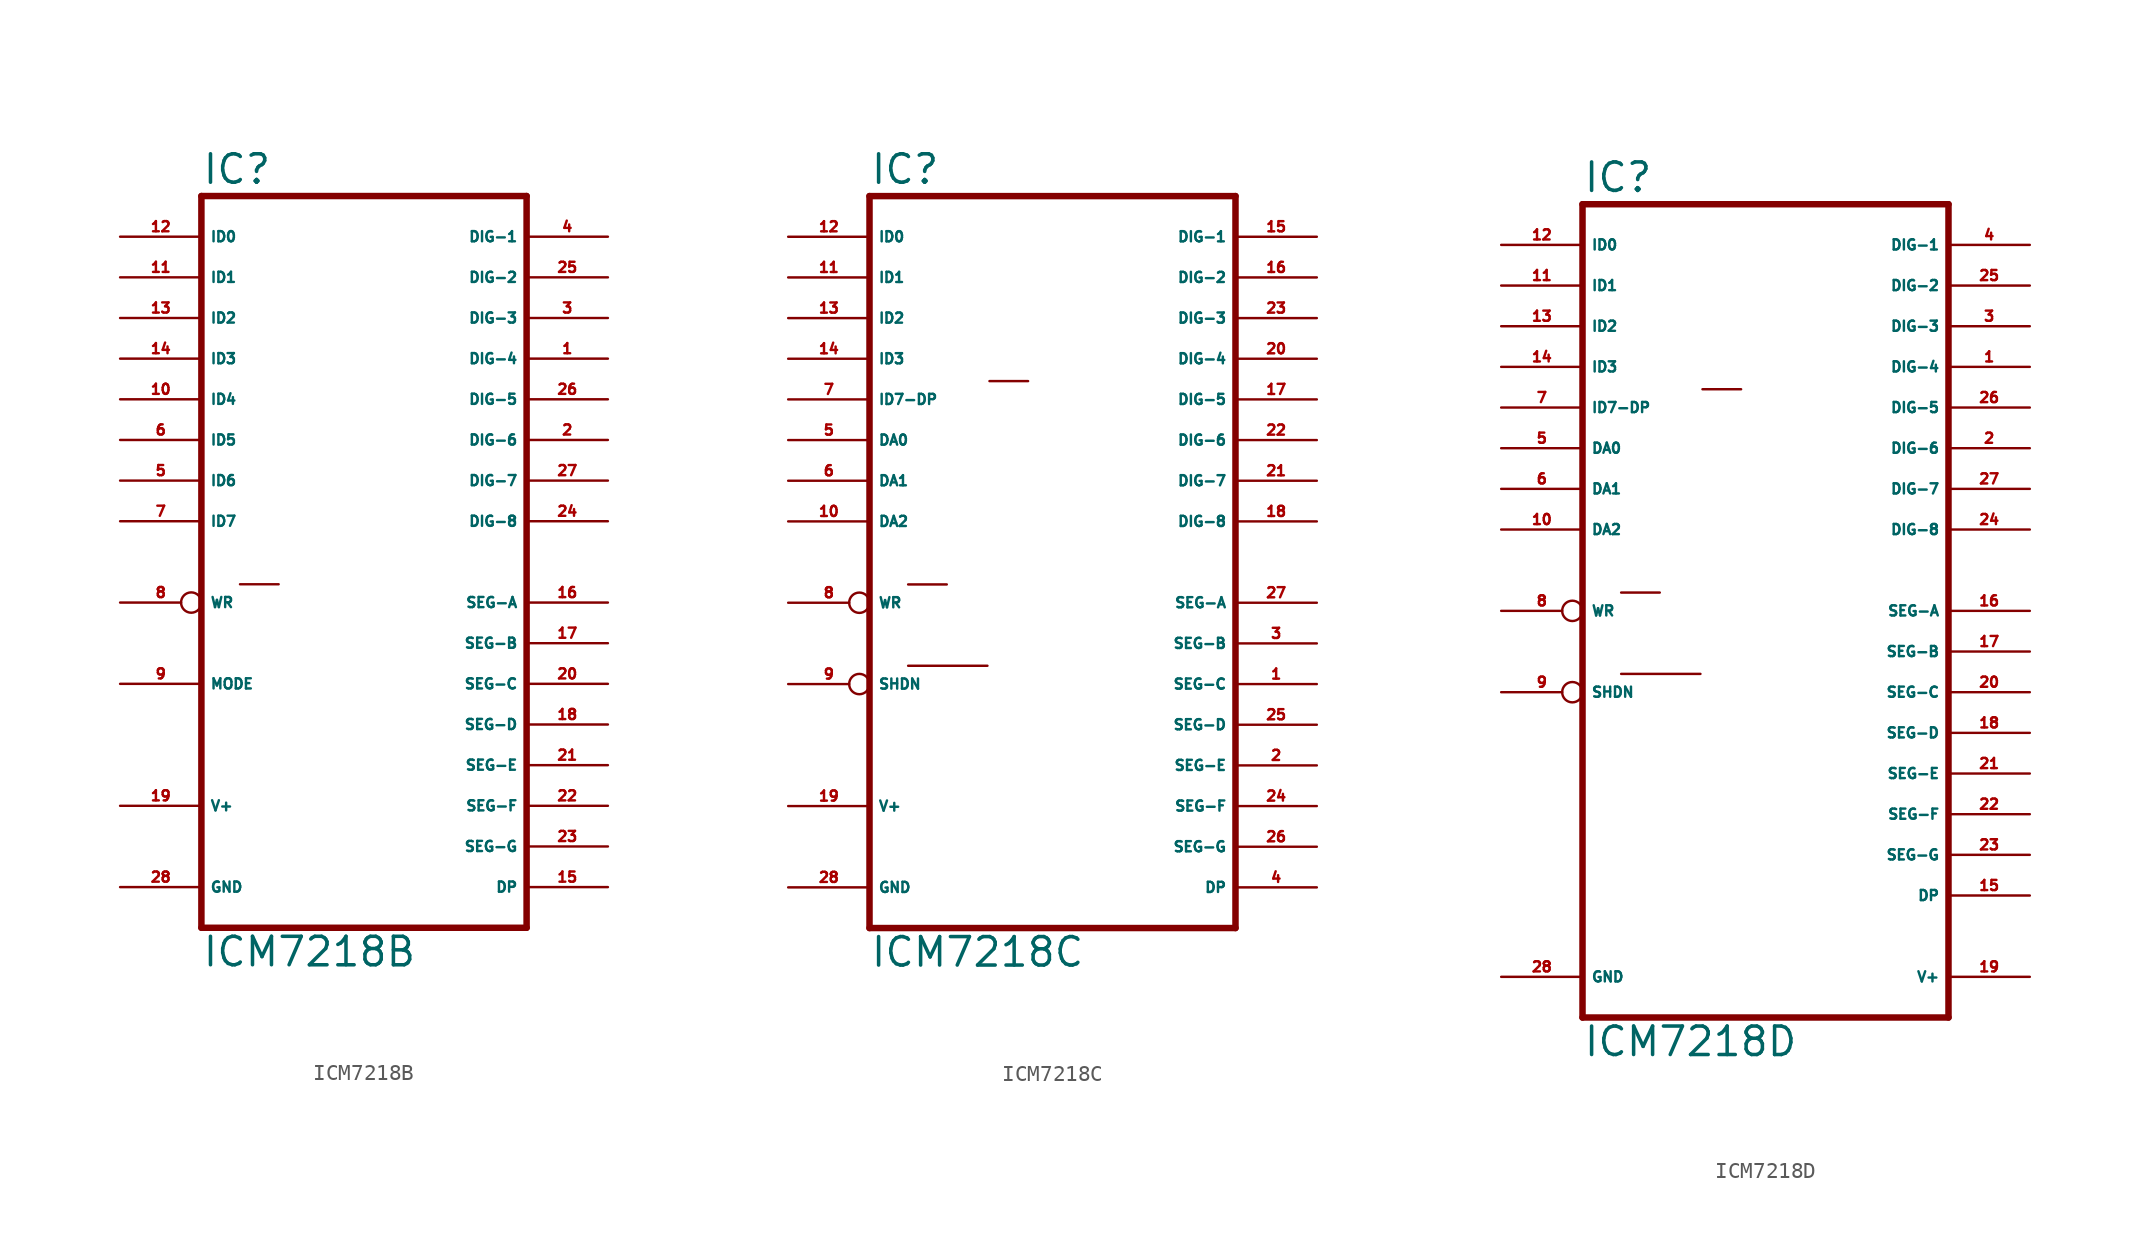
<source format=kicad_sym>
(kicad_symbol_lib
  (version 20220914)
  (generator Eagle2Kicad)
  (symbol "ICM7218B"
    (property "Reference" "IC"
      (at -10.16 23.495 0)
      (effects (font (size 1.778 1.778) (thickness 0.22)) (justify left bottom)))
    (property "Value" "ICM7218B"
      (at -10.16 -25.4 0)
      (effects (font (size 1.778 1.778) (thickness 0.22)) (justify left bottom)))
    (polyline
      (pts (xy 10.16 -22.86) (xy -10.16 -22.86))
      (stroke (width 0.406) (type default))
      (fill (type none)))
    (polyline
      (pts (xy -10.16 22.86) (xy -10.16 -22.86))
      (stroke (width 0.406) (type default))
      (fill (type none)))
    (polyline
      (pts (xy -10.16 22.86) (xy 10.16 22.86))
      (stroke (width 0.406) (type default))
      (fill (type none)))
    (polyline
      (pts (xy 10.16 -22.86) (xy 10.16 22.86))
      (stroke (width 0.406) (type default))
      (fill (type none)))
    (polyline
      (pts (xy -7.747 -1.397) (xy -5.334 -1.397))
      (stroke (width 0.152) (type default))
      (fill (type none)))
    (pin output line
      (at 15.24 20.32 180)
      (length 5.08)
      (name "DIG-1" (effects (font (size 0.635 0.635) (thickness 0.08)) (justify left bottom)))
      (number "4" (effects (font (size 0.635 0.635) (thickness 0.08)) (justify left bottom))))
    (pin output line
      (at 15.24 17.78 180)
      (length 5.08)
      (name "DIG-2" (effects (font (size 0.635 0.635) (thickness 0.08)) (justify left bottom)))
      (number "25" (effects (font (size 0.635 0.635) (thickness 0.08)) (justify left bottom))))
    (pin output line
      (at 15.24 15.24 180)
      (length 5.08)
      (name "DIG-3" (effects (font (size 0.635 0.635) (thickness 0.08)) (justify left bottom)))
      (number "3" (effects (font (size 0.635 0.635) (thickness 0.08)) (justify left bottom))))
    (pin output line
      (at 15.24 12.7 180)
      (length 5.08)
      (name "DIG-4" (effects (font (size 0.635 0.635) (thickness 0.08)) (justify left bottom)))
      (number "1" (effects (font (size 0.635 0.635) (thickness 0.08)) (justify left bottom))))
    (pin output line
      (at 15.24 10.16 180)
      (length 5.08)
      (name "DIG-5" (effects (font (size 0.635 0.635) (thickness 0.08)) (justify left bottom)))
      (number "26" (effects (font (size 0.635 0.635) (thickness 0.08)) (justify left bottom))))
    (pin output line
      (at 15.24 7.62 180)
      (length 5.08)
      (name "DIG-6" (effects (font (size 0.635 0.635) (thickness 0.08)) (justify left bottom)))
      (number "2" (effects (font (size 0.635 0.635) (thickness 0.08)) (justify left bottom))))
    (pin output line
      (at 15.24 5.08 180)
      (length 5.08)
      (name "DIG-7" (effects (font (size 0.635 0.635) (thickness 0.08)) (justify left bottom)))
      (number "27" (effects (font (size 0.635 0.635) (thickness 0.08)) (justify left bottom))))
    (pin output line
      (at 15.24 2.54 180)
      (length 5.08)
      (name "DIG-8" (effects (font (size 0.635 0.635) (thickness 0.08)) (justify left bottom)))
      (number "24" (effects (font (size 0.635 0.635) (thickness 0.08)) (justify left bottom))))
    (pin output line
      (at 15.24 -2.54 180)
      (length 5.08)
      (name "SEG-A" (effects (font (size 0.635 0.635) (thickness 0.08)) (justify left bottom)))
      (number "16" (effects (font (size 0.635 0.635) (thickness 0.08)) (justify left bottom))))
    (pin output line
      (at 15.24 -5.08 180)
      (length 5.08)
      (name "SEG-B" (effects (font (size 0.635 0.635) (thickness 0.08)) (justify left bottom)))
      (number "17" (effects (font (size 0.635 0.635) (thickness 0.08)) (justify left bottom))))
    (pin output line
      (at 15.24 -7.62 180)
      (length 5.08)
      (name "SEG-C" (effects (font (size 0.635 0.635) (thickness 0.08)) (justify left bottom)))
      (number "20" (effects (font (size 0.635 0.635) (thickness 0.08)) (justify left bottom))))
    (pin output line
      (at 15.24 -15.24 180)
      (length 5.08)
      (name "SEG-F" (effects (font (size 0.635 0.635) (thickness 0.08)) (justify left bottom)))
      (number "22" (effects (font (size 0.635 0.635) (thickness 0.08)) (justify left bottom))))
    (pin output line
      (at 15.24 -17.78 180)
      (length 5.08)
      (name "SEG-G" (effects (font (size 0.635 0.635) (thickness 0.08)) (justify left bottom)))
      (number "23" (effects (font (size 0.635 0.635) (thickness 0.08)) (justify left bottom))))
    (pin output line
      (at 15.24 -10.16 180)
      (length 5.08)
      (name "SEG-D" (effects (font (size 0.635 0.635) (thickness 0.08)) (justify left bottom)))
      (number "18" (effects (font (size 0.635 0.635) (thickness 0.08)) (justify left bottom))))
    (pin output line
      (at 15.24 -12.7 180)
      (length 5.08)
      (name "SEG-E" (effects (font (size 0.635 0.635) (thickness 0.08)) (justify left bottom)))
      (number "21" (effects (font (size 0.635 0.635) (thickness 0.08)) (justify left bottom))))
    (pin input line
      (at -15.24 20.32 0)
      (length 5.08)
      (name "ID0" (effects (font (size 0.635 0.635) (thickness 0.08)) (justify left bottom)))
      (number "12" (effects (font (size 0.635 0.635) (thickness 0.08)) (justify left bottom))))
    (pin input line
      (at -15.24 17.78 0)
      (length 5.08)
      (name "ID1" (effects (font (size 0.635 0.635) (thickness 0.08)) (justify left bottom)))
      (number "11" (effects (font (size 0.635 0.635) (thickness 0.08)) (justify left bottom))))
    (pin input line
      (at -15.24 15.24 0)
      (length 5.08)
      (name "ID2" (effects (font (size 0.635 0.635) (thickness 0.08)) (justify left bottom)))
      (number "13" (effects (font (size 0.635 0.635) (thickness 0.08)) (justify left bottom))))
    (pin input line
      (at -15.24 12.7 0)
      (length 5.08)
      (name "ID3" (effects (font (size 0.635 0.635) (thickness 0.08)) (justify left bottom)))
      (number "14" (effects (font (size 0.635 0.635) (thickness 0.08)) (justify left bottom))))
    (pin input line
      (at -15.24 10.16 0)
      (length 5.08)
      (name "ID4" (effects (font (size 0.635 0.635) (thickness 0.08)) (justify left bottom)))
      (number "10" (effects (font (size 0.635 0.635) (thickness 0.08)) (justify left bottom))))
    (pin input line
      (at -15.24 7.62 0)
      (length 5.08)
      (name "ID5" (effects (font (size 0.635 0.635) (thickness 0.08)) (justify left bottom)))
      (number "6" (effects (font (size 0.635 0.635) (thickness 0.08)) (justify left bottom))))
    (pin input line
      (at -15.24 5.08 0)
      (length 5.08)
      (name "ID6" (effects (font (size 0.635 0.635) (thickness 0.08)) (justify left bottom)))
      (number "5" (effects (font (size 0.635 0.635) (thickness 0.08)) (justify left bottom))))
    (pin input line
      (at -15.24 2.54 0)
      (length 5.08)
      (name "ID7" (effects (font (size 0.635 0.635) (thickness 0.08)) (justify left bottom)))
      (number "7" (effects (font (size 0.635 0.635) (thickness 0.08)) (justify left bottom))))
    (pin input inverted
      (at -15.24 -2.54 0)
      (length 5.08)
      (name "WR" (effects (font (size 0.635 0.635) (thickness 0.08)) (justify left bottom)))
      (number "8" (effects (font (size 0.635 0.635) (thickness 0.08)) (justify left bottom))))
    (pin input line
      (at -15.24 -7.62 0)
      (length 5.08)
      (name "MODE" (effects (font (size 0.635 0.635) (thickness 0.08)) (justify left bottom)))
      (number "9" (effects (font (size 0.635 0.635) (thickness 0.08)) (justify left bottom))))
    (pin unspecified line
      (at -15.24 -15.24 0)
      (length 5.08)
      (name "V+" (effects (font (size 0.635 0.635) (thickness 0.08)) (justify left bottom)))
      (number "19" (effects (font (size 0.635 0.635) (thickness 0.08)) (justify left bottom))))
    (pin unspecified line
      (at -15.24 -20.32 0)
      (length 5.08)
      (name "GND" (effects (font (size 0.635 0.635) (thickness 0.08)) (justify left bottom)))
      (number "28" (effects (font (size 0.635 0.635) (thickness 0.08)) (justify left bottom))))
    (pin output line
      (at 15.24 -20.32 180)
      (length 5.08)
      (name "DP" (effects (font (size 0.635 0.635) (thickness 0.08)) (justify left bottom)))
      (number "15" (effects (font (size 0.635 0.635) (thickness 0.08)) (justify left bottom)))))
  (symbol "ICM7218C"
    (property "Reference" "IC"
      (at -12.7 23.495 0)
      (effects (font (size 1.778 1.778) (thickness 0.22)) (justify left bottom)))
    (property "Value" "ICM7218C"
      (at -12.7 -25.4 0)
      (effects (font (size 1.778 1.778) (thickness 0.22)) (justify left bottom)))
    (polyline
      (pts (xy 10.16 -22.86) (xy -12.7 -22.86))
      (stroke (width 0.406) (type default))
      (fill (type none)))
    (polyline
      (pts (xy -12.7 22.86) (xy -12.7 -22.86))
      (stroke (width 0.406) (type default))
      (fill (type none)))
    (polyline
      (pts (xy -12.7 22.86) (xy 10.16 22.86))
      (stroke (width 0.406) (type default))
      (fill (type none)))
    (polyline
      (pts (xy 10.16 -22.86) (xy 10.16 22.86))
      (stroke (width 0.406) (type default))
      (fill (type none)))
    (polyline
      (pts (xy -10.287 -6.477) (xy -5.334 -6.477))
      (stroke (width 0.152) (type default))
      (fill (type none)))
    (polyline
      (pts (xy -10.287 -1.397) (xy -7.874 -1.397))
      (stroke (width 0.152) (type default))
      (fill (type none)))
    (polyline
      (pts (xy -5.207 11.303) (xy -2.794 11.303))
      (stroke (width 0.152) (type default))
      (fill (type none)))
    (pin output line
      (at 15.24 20.32 180)
      (length 5.08)
      (name "DIG-1" (effects (font (size 0.635 0.635) (thickness 0.08)) (justify left bottom)))
      (number "15" (effects (font (size 0.635 0.635) (thickness 0.08)) (justify left bottom))))
    (pin output line
      (at 15.24 17.78 180)
      (length 5.08)
      (name "DIG-2" (effects (font (size 0.635 0.635) (thickness 0.08)) (justify left bottom)))
      (number "16" (effects (font (size 0.635 0.635) (thickness 0.08)) (justify left bottom))))
    (pin output line
      (at 15.24 15.24 180)
      (length 5.08)
      (name "DIG-3" (effects (font (size 0.635 0.635) (thickness 0.08)) (justify left bottom)))
      (number "23" (effects (font (size 0.635 0.635) (thickness 0.08)) (justify left bottom))))
    (pin output line
      (at 15.24 12.7 180)
      (length 5.08)
      (name "DIG-4" (effects (font (size 0.635 0.635) (thickness 0.08)) (justify left bottom)))
      (number "20" (effects (font (size 0.635 0.635) (thickness 0.08)) (justify left bottom))))
    (pin output line
      (at 15.24 10.16 180)
      (length 5.08)
      (name "DIG-5" (effects (font (size 0.635 0.635) (thickness 0.08)) (justify left bottom)))
      (number "17" (effects (font (size 0.635 0.635) (thickness 0.08)) (justify left bottom))))
    (pin output line
      (at 15.24 7.62 180)
      (length 5.08)
      (name "DIG-6" (effects (font (size 0.635 0.635) (thickness 0.08)) (justify left bottom)))
      (number "22" (effects (font (size 0.635 0.635) (thickness 0.08)) (justify left bottom))))
    (pin output line
      (at 15.24 5.08 180)
      (length 5.08)
      (name "DIG-7" (effects (font (size 0.635 0.635) (thickness 0.08)) (justify left bottom)))
      (number "21" (effects (font (size 0.635 0.635) (thickness 0.08)) (justify left bottom))))
    (pin output line
      (at 15.24 2.54 180)
      (length 5.08)
      (name "DIG-8" (effects (font (size 0.635 0.635) (thickness 0.08)) (justify left bottom)))
      (number "18" (effects (font (size 0.635 0.635) (thickness 0.08)) (justify left bottom))))
    (pin output line
      (at 15.24 -2.54 180)
      (length 5.08)
      (name "SEG-A" (effects (font (size 0.635 0.635) (thickness 0.08)) (justify left bottom)))
      (number "27" (effects (font (size 0.635 0.635) (thickness 0.08)) (justify left bottom))))
    (pin output line
      (at 15.24 -5.08 180)
      (length 5.08)
      (name "SEG-B" (effects (font (size 0.635 0.635) (thickness 0.08)) (justify left bottom)))
      (number "3" (effects (font (size 0.635 0.635) (thickness 0.08)) (justify left bottom))))
    (pin output line
      (at 15.24 -7.62 180)
      (length 5.08)
      (name "SEG-C" (effects (font (size 0.635 0.635) (thickness 0.08)) (justify left bottom)))
      (number "1" (effects (font (size 0.635 0.635) (thickness 0.08)) (justify left bottom))))
    (pin output line
      (at 15.24 -15.24 180)
      (length 5.08)
      (name "SEG-F" (effects (font (size 0.635 0.635) (thickness 0.08)) (justify left bottom)))
      (number "24" (effects (font (size 0.635 0.635) (thickness 0.08)) (justify left bottom))))
    (pin output line
      (at 15.24 -17.78 180)
      (length 5.08)
      (name "SEG-G" (effects (font (size 0.635 0.635) (thickness 0.08)) (justify left bottom)))
      (number "26" (effects (font (size 0.635 0.635) (thickness 0.08)) (justify left bottom))))
    (pin output line
      (at 15.24 -10.16 180)
      (length 5.08)
      (name "SEG-D" (effects (font (size 0.635 0.635) (thickness 0.08)) (justify left bottom)))
      (number "25" (effects (font (size 0.635 0.635) (thickness 0.08)) (justify left bottom))))
    (pin output line
      (at 15.24 -12.7 180)
      (length 5.08)
      (name "SEG-E" (effects (font (size 0.635 0.635) (thickness 0.08)) (justify left bottom)))
      (number "2" (effects (font (size 0.635 0.635) (thickness 0.08)) (justify left bottom))))
    (pin input line
      (at -17.78 20.32 0)
      (length 5.08)
      (name "ID0" (effects (font (size 0.635 0.635) (thickness 0.08)) (justify left bottom)))
      (number "12" (effects (font (size 0.635 0.635) (thickness 0.08)) (justify left bottom))))
    (pin input line
      (at -17.78 17.78 0)
      (length 5.08)
      (name "ID1" (effects (font (size 0.635 0.635) (thickness 0.08)) (justify left bottom)))
      (number "11" (effects (font (size 0.635 0.635) (thickness 0.08)) (justify left bottom))))
    (pin input line
      (at -17.78 15.24 0)
      (length 5.08)
      (name "ID2" (effects (font (size 0.635 0.635) (thickness 0.08)) (justify left bottom)))
      (number "13" (effects (font (size 0.635 0.635) (thickness 0.08)) (justify left bottom))))
    (pin input line
      (at -17.78 12.7 0)
      (length 5.08)
      (name "ID3" (effects (font (size 0.635 0.635) (thickness 0.08)) (justify left bottom)))
      (number "14" (effects (font (size 0.635 0.635) (thickness 0.08)) (justify left bottom))))
    (pin input line
      (at -17.78 2.54 0)
      (length 5.08)
      (name "DA2" (effects (font (size 0.635 0.635) (thickness 0.08)) (justify left bottom)))
      (number "10" (effects (font (size 0.635 0.635) (thickness 0.08)) (justify left bottom))))
    (pin input line
      (at -17.78 7.62 0)
      (length 5.08)
      (name "DA0" (effects (font (size 0.635 0.635) (thickness 0.08)) (justify left bottom)))
      (number "5" (effects (font (size 0.635 0.635) (thickness 0.08)) (justify left bottom))))
    (pin input line
      (at -17.78 5.08 0)
      (length 5.08)
      (name "DA1" (effects (font (size 0.635 0.635) (thickness 0.08)) (justify left bottom)))
      (number "6" (effects (font (size 0.635 0.635) (thickness 0.08)) (justify left bottom))))
    (pin input line
      (at -17.78 10.16 0)
      (length 5.08)
      (name "ID7-DP" (effects (font (size 0.635 0.635) (thickness 0.08)) (justify left bottom)))
      (number "7" (effects (font (size 0.635 0.635) (thickness 0.08)) (justify left bottom))))
    (pin input inverted
      (at -17.78 -2.54 0)
      (length 5.08)
      (name "WR" (effects (font (size 0.635 0.635) (thickness 0.08)) (justify left bottom)))
      (number "8" (effects (font (size 0.635 0.635) (thickness 0.08)) (justify left bottom))))
    (pin input inverted
      (at -17.78 -7.62 0)
      (length 5.08)
      (name "SHDN" (effects (font (size 0.635 0.635) (thickness 0.08)) (justify left bottom)))
      (number "9" (effects (font (size 0.635 0.635) (thickness 0.08)) (justify left bottom))))
    (pin unspecified line
      (at -17.78 -15.24 0)
      (length 5.08)
      (name "V+" (effects (font (size 0.635 0.635) (thickness 0.08)) (justify left bottom)))
      (number "19" (effects (font (size 0.635 0.635) (thickness 0.08)) (justify left bottom))))
    (pin unspecified line
      (at -17.78 -20.32 0)
      (length 5.08)
      (name "GND" (effects (font (size 0.635 0.635) (thickness 0.08)) (justify left bottom)))
      (number "28" (effects (font (size 0.635 0.635) (thickness 0.08)) (justify left bottom))))
    (pin output line
      (at 15.24 -20.32 180)
      (length 5.08)
      (name "DP" (effects (font (size 0.635 0.635) (thickness 0.08)) (justify left bottom)))
      (number "4" (effects (font (size 0.635 0.635) (thickness 0.08)) (justify left bottom)))))
  (symbol "ICM7218D"
    (property "Reference" "IC"
      (at -12.7 28.575 0)
      (effects (font (size 1.778 1.778) (thickness 0.22)) (justify left bottom)))
    (property "Value" "ICM7218D"
      (at -12.7 -25.4 0)
      (effects (font (size 1.778 1.778) (thickness 0.22)) (justify left bottom)))
    (polyline
      (pts (xy 10.16 -22.86) (xy -12.7 -22.86))
      (stroke (width 0.406) (type default))
      (fill (type none)))
    (polyline
      (pts (xy -12.7 27.94) (xy -12.7 -22.86))
      (stroke (width 0.406) (type default))
      (fill (type none)))
    (polyline
      (pts (xy -12.7 27.94) (xy 10.16 27.94))
      (stroke (width 0.406) (type default))
      (fill (type none)))
    (polyline
      (pts (xy 10.16 -22.86) (xy 10.16 27.94))
      (stroke (width 0.406) (type default))
      (fill (type none)))
    (polyline
      (pts (xy -5.207 16.383) (xy -2.794 16.383))
      (stroke (width 0.152) (type default))
      (fill (type none)))
    (polyline
      (pts (xy -10.287 3.683) (xy -7.874 3.683))
      (stroke (width 0.152) (type default))
      (fill (type none)))
    (polyline
      (pts (xy -10.287 -1.397) (xy -5.334 -1.397))
      (stroke (width 0.152) (type default))
      (fill (type none)))
    (pin output line
      (at 15.24 25.4 180)
      (length 5.08)
      (name "DIG-1" (effects (font (size 0.635 0.635) (thickness 0.08)) (justify left bottom)))
      (number "4" (effects (font (size 0.635 0.635) (thickness 0.08)) (justify left bottom))))
    (pin output line
      (at 15.24 22.86 180)
      (length 5.08)
      (name "DIG-2" (effects (font (size 0.635 0.635) (thickness 0.08)) (justify left bottom)))
      (number "25" (effects (font (size 0.635 0.635) (thickness 0.08)) (justify left bottom))))
    (pin output line
      (at 15.24 20.32 180)
      (length 5.08)
      (name "DIG-3" (effects (font (size 0.635 0.635) (thickness 0.08)) (justify left bottom)))
      (number "3" (effects (font (size 0.635 0.635) (thickness 0.08)) (justify left bottom))))
    (pin output line
      (at 15.24 17.78 180)
      (length 5.08)
      (name "DIG-4" (effects (font (size 0.635 0.635) (thickness 0.08)) (justify left bottom)))
      (number "1" (effects (font (size 0.635 0.635) (thickness 0.08)) (justify left bottom))))
    (pin output line
      (at 15.24 15.24 180)
      (length 5.08)
      (name "DIG-5" (effects (font (size 0.635 0.635) (thickness 0.08)) (justify left bottom)))
      (number "26" (effects (font (size 0.635 0.635) (thickness 0.08)) (justify left bottom))))
    (pin output line
      (at 15.24 12.7 180)
      (length 5.08)
      (name "DIG-6" (effects (font (size 0.635 0.635) (thickness 0.08)) (justify left bottom)))
      (number "2" (effects (font (size 0.635 0.635) (thickness 0.08)) (justify left bottom))))
    (pin output line
      (at 15.24 10.16 180)
      (length 5.08)
      (name "DIG-7" (effects (font (size 0.635 0.635) (thickness 0.08)) (justify left bottom)))
      (number "27" (effects (font (size 0.635 0.635) (thickness 0.08)) (justify left bottom))))
    (pin output line
      (at 15.24 7.62 180)
      (length 5.08)
      (name "DIG-8" (effects (font (size 0.635 0.635) (thickness 0.08)) (justify left bottom)))
      (number "24" (effects (font (size 0.635 0.635) (thickness 0.08)) (justify left bottom))))
    (pin output line
      (at 15.24 2.54 180)
      (length 5.08)
      (name "SEG-A" (effects (font (size 0.635 0.635) (thickness 0.08)) (justify left bottom)))
      (number "16" (effects (font (size 0.635 0.635) (thickness 0.08)) (justify left bottom))))
    (pin output line
      (at 15.24 0 180)
      (length 5.08)
      (name "SEG-B" (effects (font (size 0.635 0.635) (thickness 0.08)) (justify left bottom)))
      (number "17" (effects (font (size 0.635 0.635) (thickness 0.08)) (justify left bottom))))
    (pin output line
      (at 15.24 -2.54 180)
      (length 5.08)
      (name "SEG-C" (effects (font (size 0.635 0.635) (thickness 0.08)) (justify left bottom)))
      (number "20" (effects (font (size 0.635 0.635) (thickness 0.08)) (justify left bottom))))
    (pin output line
      (at 15.24 -10.16 180)
      (length 5.08)
      (name "SEG-F" (effects (font (size 0.635 0.635) (thickness 0.08)) (justify left bottom)))
      (number "22" (effects (font (size 0.635 0.635) (thickness 0.08)) (justify left bottom))))
    (pin output line
      (at 15.24 -12.7 180)
      (length 5.08)
      (name "SEG-G" (effects (font (size 0.635 0.635) (thickness 0.08)) (justify left bottom)))
      (number "23" (effects (font (size 0.635 0.635) (thickness 0.08)) (justify left bottom))))
    (pin output line
      (at 15.24 -5.08 180)
      (length 5.08)
      (name "SEG-D" (effects (font (size 0.635 0.635) (thickness 0.08)) (justify left bottom)))
      (number "18" (effects (font (size 0.635 0.635) (thickness 0.08)) (justify left bottom))))
    (pin output line
      (at 15.24 -7.62 180)
      (length 5.08)
      (name "SEG-E" (effects (font (size 0.635 0.635) (thickness 0.08)) (justify left bottom)))
      (number "21" (effects (font (size 0.635 0.635) (thickness 0.08)) (justify left bottom))))
    (pin input line
      (at -17.78 25.4 0)
      (length 5.08)
      (name "ID0" (effects (font (size 0.635 0.635) (thickness 0.08)) (justify left bottom)))
      (number "12" (effects (font (size 0.635 0.635) (thickness 0.08)) (justify left bottom))))
    (pin input line
      (at -17.78 22.86 0)
      (length 5.08)
      (name "ID1" (effects (font (size 0.635 0.635) (thickness 0.08)) (justify left bottom)))
      (number "11" (effects (font (size 0.635 0.635) (thickness 0.08)) (justify left bottom))))
    (pin input line
      (at -17.78 20.32 0)
      (length 5.08)
      (name "ID2" (effects (font (size 0.635 0.635) (thickness 0.08)) (justify left bottom)))
      (number "13" (effects (font (size 0.635 0.635) (thickness 0.08)) (justify left bottom))))
    (pin input line
      (at -17.78 17.78 0)
      (length 5.08)
      (name "ID3" (effects (font (size 0.635 0.635) (thickness 0.08)) (justify left bottom)))
      (number "14" (effects (font (size 0.635 0.635) (thickness 0.08)) (justify left bottom))))
    (pin input line
      (at -17.78 7.62 0)
      (length 5.08)
      (name "DA2" (effects (font (size 0.635 0.635) (thickness 0.08)) (justify left bottom)))
      (number "10" (effects (font (size 0.635 0.635) (thickness 0.08)) (justify left bottom))))
    (pin input line
      (at -17.78 12.7 0)
      (length 5.08)
      (name "DA0" (effects (font (size 0.635 0.635) (thickness 0.08)) (justify left bottom)))
      (number "5" (effects (font (size 0.635 0.635) (thickness 0.08)) (justify left bottom))))
    (pin input line
      (at -17.78 10.16 0)
      (length 5.08)
      (name "DA1" (effects (font (size 0.635 0.635) (thickness 0.08)) (justify left bottom)))
      (number "6" (effects (font (size 0.635 0.635) (thickness 0.08)) (justify left bottom))))
    (pin input line
      (at -17.78 15.24 0)
      (length 5.08)
      (name "ID7-DP" (effects (font (size 0.635 0.635) (thickness 0.08)) (justify left bottom)))
      (number "7" (effects (font (size 0.635 0.635) (thickness 0.08)) (justify left bottom))))
    (pin input inverted
      (at -17.78 2.54 0)
      (length 5.08)
      (name "WR" (effects (font (size 0.635 0.635) (thickness 0.08)) (justify left bottom)))
      (number "8" (effects (font (size 0.635 0.635) (thickness 0.08)) (justify left bottom))))
    (pin input inverted
      (at -17.78 -2.54 0)
      (length 5.08)
      (name "SHDN" (effects (font (size 0.635 0.635) (thickness 0.08)) (justify left bottom)))
      (number "9" (effects (font (size 0.635 0.635) (thickness 0.08)) (justify left bottom))))
    (pin unspecified line
      (at 15.24 -20.32 180)
      (length 5.08)
      (name "V+" (effects (font (size 0.635 0.635) (thickness 0.08)) (justify left bottom)))
      (number "19" (effects (font (size 0.635 0.635) (thickness 0.08)) (justify left bottom))))
    (pin unspecified line
      (at -17.78 -20.32 0)
      (length 5.08)
      (name "GND" (effects (font (size 0.635 0.635) (thickness 0.08)) (justify left bottom)))
      (number "28" (effects (font (size 0.635 0.635) (thickness 0.08)) (justify left bottom))))
    (pin output line
      (at 15.24 -15.24 180)
      (length 5.08)
      (name "DP" (effects (font (size 0.635 0.635) (thickness 0.08)) (justify left bottom)))
      (number "15" (effects (font (size 0.635 0.635) (thickness 0.08)) (justify left bottom))))))
</source>
